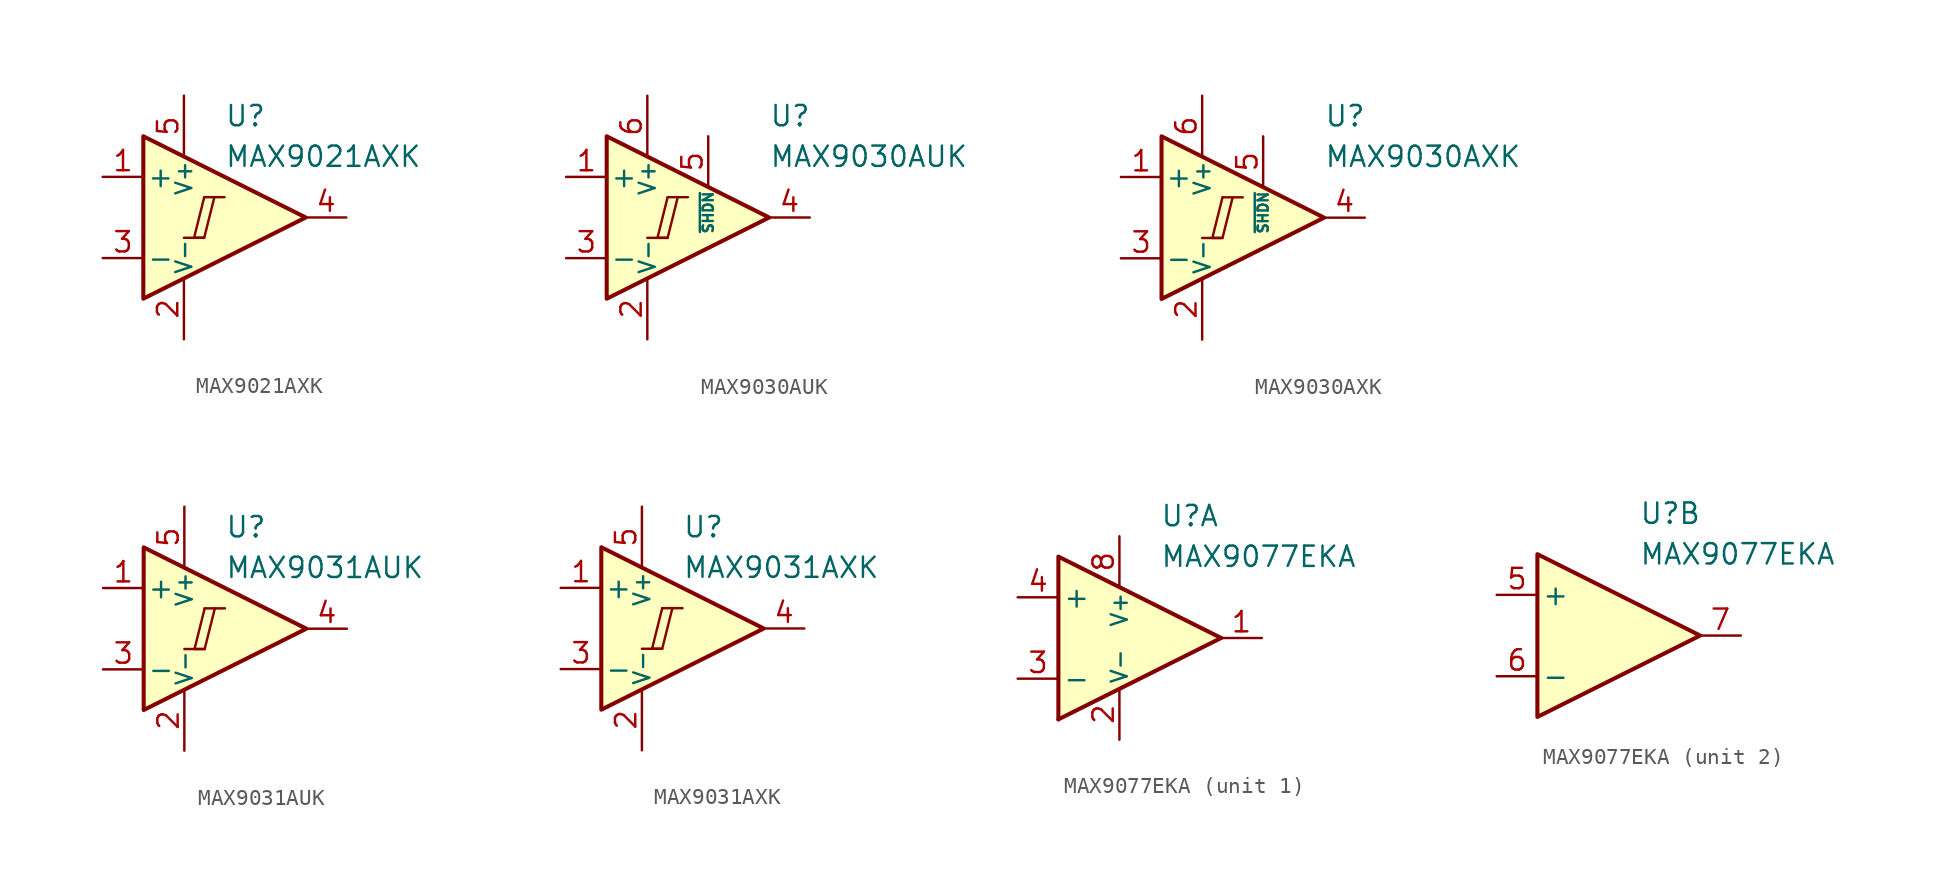
<source format=kicad_sym>
(kicad_symbol_lib
  (version 20211014)
  (generator kicad_symbol_editor)
  (symbol "MAX9021AXK"
    (pin_names
      (offset 0.2))
    (property "Reference" "U"
      (at 1.27 6.35 0)
      (effects (font (size 1.27 1.27)) (justify left)))
    (property "Value" "MAX9021AXK"
      (at 1.27 3.81 0)
      (effects (font (size 1.27 1.27)) (justify left)))
    (symbol "MAX9021AXK_0_0"
      (polyline (pts (xy -1.27 -1.27) (xy 0 -1.27)) (stroke (width 0.152) (type default) (color 0 0 0 0)) (fill (type none)))
      (polyline (pts (xy 0 1.27) (xy 1.27 1.27)) (stroke (width 0.152) (type default) (color 0 0 0 0)) (fill (type none)))
      (polyline (pts (xy 0 1.27) (xy -0.635 -1.27) (xy 0 -1.27) (xy 0.635 1.27)) (stroke (width 0.152) (type default) (color 0 0 0 0)) (fill (type none))))
    (symbol "MAX9021AXK_0_1"
      (polyline (pts (xy -3.81 5.08) (xy -3.81 -5.08) (xy 6.35 0) (xy -3.81 5.08)) (stroke (width 0.254) (type default) (color 0 0 0 0)) (fill (type background))))
    (symbol "MAX9021AXK_1_1"
      (pin input line (at -6.35 2.54 0) (length 2.54) (name "+" (effects (font (size 1.27 1.27)))) (number "1" (effects (font (size 1.27 1.27)))))
      (pin power_in line (at -1.27 -7.62 90) (length 3.81) (name "V-" (effects (font (size 1 1)))) (number "2" (effects (font (size 1.27 1.27)))))
      (pin input line (at -6.35 -2.54 0) (length 2.54) (name "-" (effects (font (size 1.27 1.27)))) (number "3" (effects (font (size 1.27 1.27)))))
      (pin output line (at 8.89 0 180) (length 2.54) (name "~" (effects (font (size 1.27 1.27)))) (number "4" (effects (font (size 1.27 1.27)))))
      (pin power_in line (at -1.27 7.62 270) (length 3.81) (name "V+" (effects (font (size 1 1)))) (number "5" (effects (font (size 1.27 1.27)))))))
  (symbol "MAX9030AUK"
    (pin_names
      (offset 0.2))
    (property "Reference" "U"
      (at 6.35 6.35 0)
      (effects (font (size 1.27 1.27)) (justify left)))
    (property "Value" "MAX9030AUK"
      (at 6.35 3.81 0)
      (effects (font (size 1.27 1.27)) (justify left)))
    (symbol "MAX9030AUK_0_0"
      (polyline (pts (xy -1.27 -1.27) (xy 0 -1.27)) (stroke (width 0.152) (type default) (color 0 0 0 0)) (fill (type none)))
      (polyline (pts (xy 0 1.27) (xy 1.27 1.27)) (stroke (width 0.152) (type default) (color 0 0 0 0)) (fill (type none)))
      (polyline (pts (xy 0 1.27) (xy -0.635 -1.27) (xy 0 -1.27) (xy 0.635 1.27)) (stroke (width 0.152) (type default) (color 0 0 0 0)) (fill (type none))))
    (symbol "MAX9030AUK_0_1"
      (polyline (pts (xy -3.81 5.08) (xy -3.81 -5.08) (xy 6.35 0) (xy -3.81 5.08)) (stroke (width 0.254) (type default) (color 0 0 0 0)) (fill (type background))))
    (symbol "MAX9030AUK_1_1"
      (pin input line (at -6.35 2.54 0) (length 2.54) (name "+" (effects (font (size 1.27 1.27)))) (number "1" (effects (font (size 1.27 1.27)))))
      (pin power_in line (at -1.27 -7.62 90) (length 3.81) (name "V-" (effects (font (size 1 1)))) (number "2" (effects (font (size 1.27 1.27)))))
      (pin input line (at -6.35 -2.54 0) (length 2.54) (name "-" (effects (font (size 1.27 1.27)))) (number "3" (effects (font (size 1.27 1.27)))))
      (pin output line (at 8.89 0 180) (length 2.54) (name "~" (effects (font (size 1.27 1.27)))) (number "4" (effects (font (size 1.27 1.27)))))
      (pin input line (at 2.54 5.08 270) (length 3.18) (name "~{SHDN}" (effects (font (size 0.635 0.635)))) (number "5" (effects (font (size 1.27 1.27)))))
      (pin power_in line (at -1.27 7.62 270) (length 3.81) (name "V+" (effects (font (size 1 1)))) (number "6" (effects (font (size 1.27 1.27)))))))
  (symbol "MAX9030AXK"
    (pin_names
      (offset 0.2))
    (property "Reference" "U"
      (at 6.35 6.35 0)
      (effects (font (size 1.27 1.27)) (justify left)))
    (property "Value" "MAX9030AXK"
      (at 6.35 3.81 0)
      (effects (font (size 1.27 1.27)) (justify left)))
    (symbol "MAX9030AXK_0_0"
      (polyline (pts (xy -1.27 -1.27) (xy 0 -1.27)) (stroke (width 0.152) (type default) (color 0 0 0 0)) (fill (type none)))
      (polyline (pts (xy 0 1.27) (xy 1.27 1.27)) (stroke (width 0.152) (type default) (color 0 0 0 0)) (fill (type none)))
      (polyline (pts (xy 0 1.27) (xy -0.635 -1.27) (xy 0 -1.27) (xy 0.635 1.27)) (stroke (width 0.152) (type default) (color 0 0 0 0)) (fill (type none))))
    (symbol "MAX9030AXK_0_1"
      (polyline (pts (xy -3.81 5.08) (xy -3.81 -5.08) (xy 6.35 0) (xy -3.81 5.08)) (stroke (width 0.254) (type default) (color 0 0 0 0)) (fill (type background))))
    (symbol "MAX9030AXK_1_1"
      (pin input line (at -6.35 2.54 0) (length 2.54) (name "+" (effects (font (size 1.27 1.27)))) (number "1" (effects (font (size 1.27 1.27)))))
      (pin power_in line (at -1.27 -7.62 90) (length 3.81) (name "V-" (effects (font (size 1 1)))) (number "2" (effects (font (size 1.27 1.27)))))
      (pin input line (at -6.35 -2.54 0) (length 2.54) (name "-" (effects (font (size 1.27 1.27)))) (number "3" (effects (font (size 1.27 1.27)))))
      (pin output line (at 8.89 0 180) (length 2.54) (name "~" (effects (font (size 1.27 1.27)))) (number "4" (effects (font (size 1.27 1.27)))))
      (pin input line (at 2.54 5.08 270) (length 3.18) (name "~{SHDN}" (effects (font (size 0.635 0.635)))) (number "5" (effects (font (size 1.27 1.27)))))
      (pin power_in line (at -1.27 7.62 270) (length 3.81) (name "V+" (effects (font (size 1 1)))) (number "6" (effects (font (size 1.27 1.27)))))))
  (symbol "MAX9031AUK"
    (pin_names
      (offset 0.2))
    (property "Reference" "U"
      (at 1.27 6.35 0)
      (effects (font (size 1.27 1.27)) (justify left)))
    (property "Value" "MAX9031AUK"
      (at 1.27 3.81 0)
      (effects (font (size 1.27 1.27)) (justify left)))
    (symbol "MAX9031AUK_0_0"
      (polyline (pts (xy -1.27 -1.27) (xy 0 -1.27)) (stroke (width 0.152) (type default) (color 0 0 0 0)) (fill (type none)))
      (polyline (pts (xy 0 1.27) (xy 1.27 1.27)) (stroke (width 0.152) (type default) (color 0 0 0 0)) (fill (type none)))
      (polyline (pts (xy 0 1.27) (xy -0.635 -1.27) (xy 0 -1.27) (xy 0.635 1.27)) (stroke (width 0.152) (type default) (color 0 0 0 0)) (fill (type none))))
    (symbol "MAX9031AUK_0_1"
      (polyline (pts (xy -3.81 5.08) (xy -3.81 -5.08) (xy 6.35 0) (xy -3.81 5.08)) (stroke (width 0.254) (type default) (color 0 0 0 0)) (fill (type background))))
    (symbol "MAX9031AUK_1_1"
      (pin input line (at -6.35 2.54 0) (length 2.54) (name "+" (effects (font (size 1.27 1.27)))) (number "1" (effects (font (size 1.27 1.27)))))
      (pin power_in line (at -1.27 -7.62 90) (length 3.81) (name "V-" (effects (font (size 1 1)))) (number "2" (effects (font (size 1.27 1.27)))))
      (pin input line (at -6.35 -2.54 0) (length 2.54) (name "-" (effects (font (size 1.27 1.27)))) (number "3" (effects (font (size 1.27 1.27)))))
      (pin output line (at 8.89 0 180) (length 2.54) (name "~" (effects (font (size 1.27 1.27)))) (number "4" (effects (font (size 1.27 1.27)))))
      (pin power_in line (at -1.27 7.62 270) (length 3.81) (name "V+" (effects (font (size 1 1)))) (number "5" (effects (font (size 1.27 1.27)))))))
  (symbol "MAX9031AXK"
    (pin_names
      (offset 0.2))
    (property "Reference" "U"
      (at 1.27 6.35 0)
      (effects (font (size 1.27 1.27)) (justify left)))
    (property "Value" "MAX9031AXK"
      (at 1.27 3.81 0)
      (effects (font (size 1.27 1.27)) (justify left)))
    (symbol "MAX9031AXK_0_0"
      (polyline (pts (xy -1.27 -1.27) (xy 0 -1.27)) (stroke (width 0.152) (type default) (color 0 0 0 0)) (fill (type none)))
      (polyline (pts (xy 0 1.27) (xy 1.27 1.27)) (stroke (width 0.152) (type default) (color 0 0 0 0)) (fill (type none)))
      (polyline (pts (xy 0 1.27) (xy -0.635 -1.27) (xy 0 -1.27) (xy 0.635 1.27)) (stroke (width 0.152) (type default) (color 0 0 0 0)) (fill (type none))))
    (symbol "MAX9031AXK_0_1"
      (polyline (pts (xy -3.81 5.08) (xy -3.81 -5.08) (xy 6.35 0) (xy -3.81 5.08)) (stroke (width 0.254) (type default) (color 0 0 0 0)) (fill (type background))))
    (symbol "MAX9031AXK_1_1"
      (pin input line (at -6.35 2.54 0) (length 2.54) (name "+" (effects (font (size 1.27 1.27)))) (number "1" (effects (font (size 1.27 1.27)))))
      (pin power_in line (at -1.27 -7.62 90) (length 3.81) (name "V-" (effects (font (size 1 1)))) (number "2" (effects (font (size 1.27 1.27)))))
      (pin input line (at -6.35 -2.54 0) (length 2.54) (name "-" (effects (font (size 1.27 1.27)))) (number "3" (effects (font (size 1.27 1.27)))))
      (pin output line (at 8.89 0 180) (length 2.54) (name "~" (effects (font (size 1.27 1.27)))) (number "4" (effects (font (size 1.27 1.27)))))
      (pin power_in line (at -1.27 7.62 270) (length 3.81) (name "V+" (effects (font (size 1 1)))) (number "5" (effects (font (size 1.27 1.27)))))))
  (symbol "MAX9077EKA"
    (pin_names
      (offset 0.254))
    (property "Reference" "U"
      (at 2.54 7.62 0)
      (effects (font (size 1.27 1.27)) (justify left)))
    (property "Value" "MAX9077EKA"
      (at 2.54 5.08 0)
      (effects (font (size 1.27 1.27)) (justify left)))
    (property "ki_locked" ""
      (at 0 0 0)
      (effects (font (size 1.27 1.27))))
    (symbol "MAX9077EKA_1_0"
      (polyline (pts (xy 6.35 0) (xy -3.81 -5.08)) (stroke (width 0.254) (type default) (color 0 0 0 0)) (fill (type none)))
      (polyline (pts (xy 6.35 0) (xy -3.81 5.08) (xy -3.81 -5.08)) (stroke (width 0.254) (type default) (color 0 0 0 0)) (fill (type background))))
    (symbol "MAX9077EKA_1_1"
      (pin output line (at 8.89 0 180) (length 2.54) (name "~" (effects (font (size 1.27 1.27)))) (number "1" (effects (font (size 1.27 1.27)))))
      (pin power_in line (at 0 -6.35 90) (length 3.18) (name "V-" (effects (font (size 1 1)))) (number "2" (effects (font (size 1.27 1.27)))))
      (pin input line (at -6.35 -2.54 0) (length 2.54) (name "-" (effects (font (size 1.27 1.27)))) (number "3" (effects (font (size 1.27 1.27)))))
      (pin input line (at -6.35 2.54 0) (length 2.54) (name "+" (effects (font (size 1.27 1.27)))) (number "4" (effects (font (size 1.27 1.27)))))
      (pin power_in line (at 0 6.35 270) (length 3.18) (name "V+" (effects (font (size 1 1)))) (number "8" (effects (font (size 1.27 1.27))))))
    (symbol "MAX9077EKA_2_0"
      (polyline (pts (xy 6.35 0) (xy -3.81 5.08) (xy -3.81 -5.08) (xy 6.35 0)) (stroke (width 0.254) (type default) (color 0 0 0 0)) (fill (type background))))
    (symbol "MAX9077EKA_2_1"
      (pin input line (at -6.35 2.54 0) (length 2.54) (name "+" (effects (font (size 1.27 1.27)))) (number "5" (effects (font (size 1.27 1.27)))))
      (pin input line (at -6.35 -2.54 0) (length 2.54) (name "-" (effects (font (size 1.27 1.27)))) (number "6" (effects (font (size 1.27 1.27)))))
      (pin output line (at 8.89 0 180) (length 2.54) (name "~" (effects (font (size 1.27 1.27)))) (number "7" (effects (font (size 1.27 1.27))))))))
</source>
